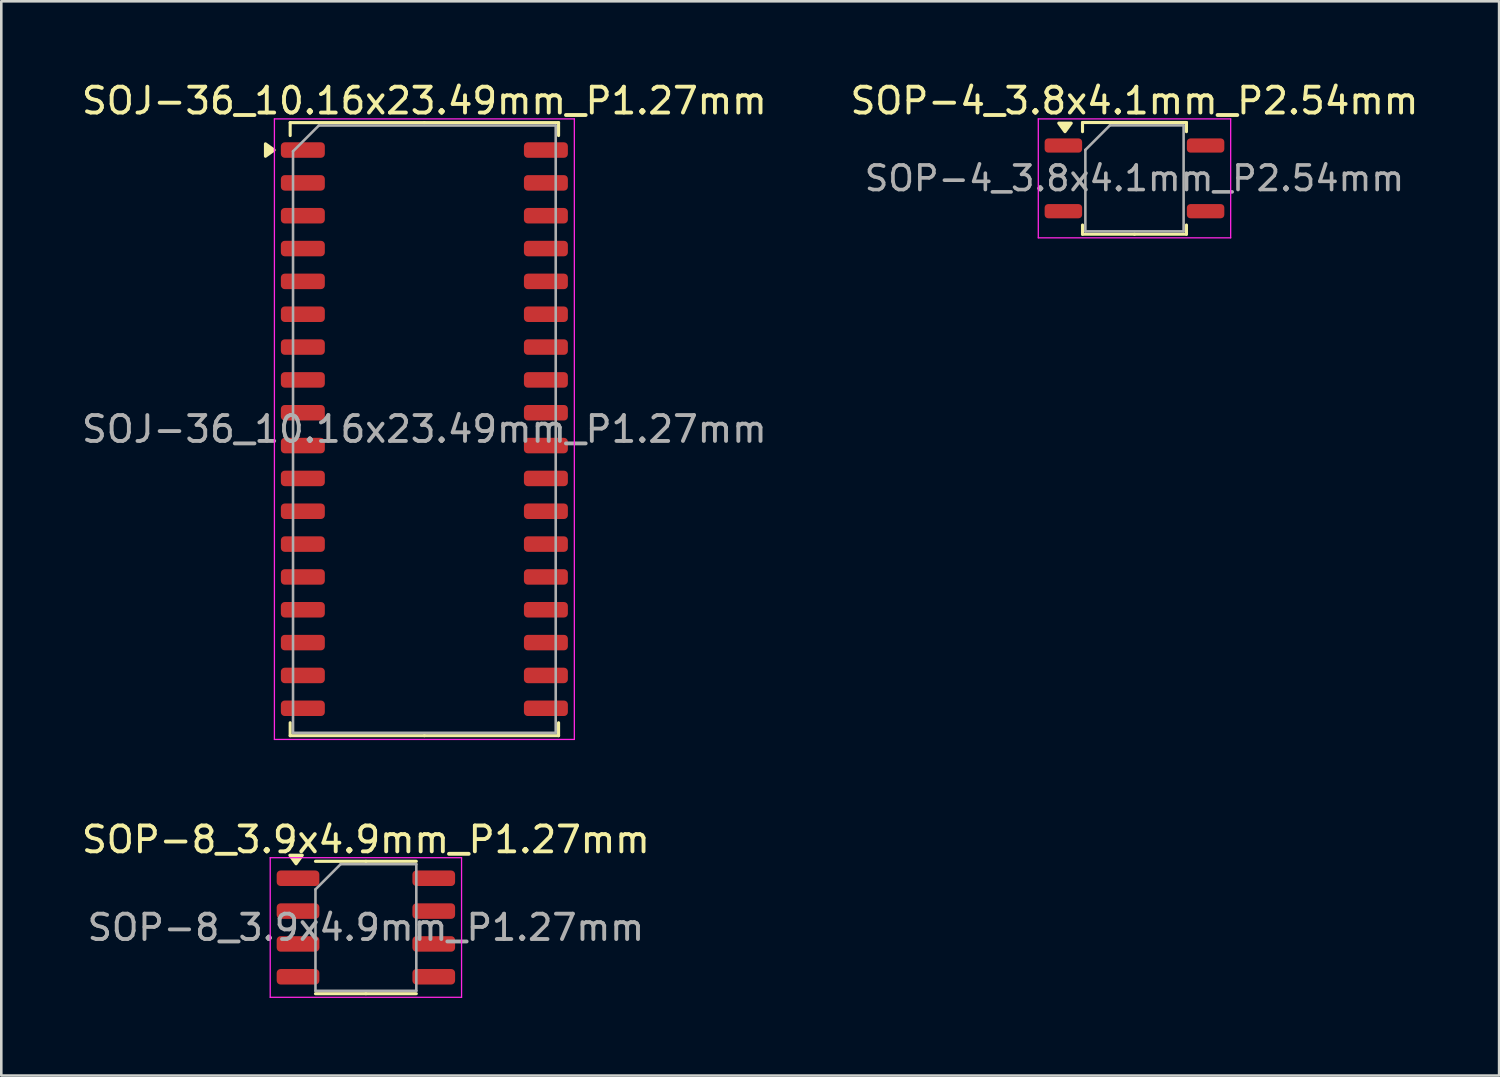
<source format=kicad_pcb>
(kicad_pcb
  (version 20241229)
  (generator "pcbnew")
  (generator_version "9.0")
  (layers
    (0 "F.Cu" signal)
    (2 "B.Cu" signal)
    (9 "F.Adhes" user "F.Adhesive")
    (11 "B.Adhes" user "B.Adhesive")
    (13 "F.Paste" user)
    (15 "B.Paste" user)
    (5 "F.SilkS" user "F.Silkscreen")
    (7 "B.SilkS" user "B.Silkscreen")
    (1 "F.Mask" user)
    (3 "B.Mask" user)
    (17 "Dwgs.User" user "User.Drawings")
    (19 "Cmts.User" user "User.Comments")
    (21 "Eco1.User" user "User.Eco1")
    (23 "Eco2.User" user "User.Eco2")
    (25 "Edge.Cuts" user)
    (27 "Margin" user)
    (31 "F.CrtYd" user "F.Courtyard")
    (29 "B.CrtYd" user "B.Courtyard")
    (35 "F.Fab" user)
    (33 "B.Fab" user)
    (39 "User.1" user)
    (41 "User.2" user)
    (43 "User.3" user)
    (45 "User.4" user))
  (footprint "SOP-4_3.8x4.1mm_P2.54mm"
    (layer "F.Cu")
    (at 40.827 3.848)
    (property "Reference" "SOP-4_3.8x4.1mm_P2.54mm" (at 0 -3 0) (layer "F.SilkS") (effects (font (size 1 1) (thickness 0.15))))
    (attr smd)
    (fp_line (start -2.01 -2.16) (end -2.01 -1.805) (stroke (width 0.12) (type solid)) (layer "F.SilkS"))
    (fp_line (start -2.01 2.16) (end -2.01 1.805) (stroke (width 0.12) (type solid)) (layer "F.SilkS"))
    (fp_line (start 0 -2.16) (end -2.01 -2.16) (stroke (width 0.12) (type solid)) (layer "F.SilkS"))
    (fp_line (start 0 -2.16) (end 2.01 -2.16) (stroke (width 0.12) (type solid)) (layer "F.SilkS"))
    (fp_line (start 0 2.16) (end -2.01 2.16) (stroke (width 0.12) (type solid)) (layer "F.SilkS"))
    (fp_line (start 0 2.16) (end 2.01 2.16) (stroke (width 0.12) (type solid)) (layer "F.SilkS"))
    (fp_line (start 2.01 -2.16) (end 2.01 -1.805) (stroke (width 0.12) (type solid)) (layer "F.SilkS"))
    (fp_line (start 2.01 2.16) (end 2.01 1.805) (stroke (width 0.12) (type solid)) (layer "F.SilkS"))
    (fp_poly (pts (xy -2.688 -1.805) (xy -2.928 -2.135) (xy -2.447 -2.135) (xy -2.688 -1.805)) (stroke (width 0.12) (type solid)) (fill yes) (layer "F.SilkS"))
    (fp_line (start -3.72 -2.3) (end -3.72 2.3) (stroke (width 0.05) (type solid)) (layer "F.CrtYd"))
    (fp_line (start -3.72 2.3) (end 3.72 2.3) (stroke (width 0.05) (type solid)) (layer "F.CrtYd"))
    (fp_line (start 3.72 -2.3) (end -3.72 -2.3) (stroke (width 0.05) (type solid)) (layer "F.CrtYd"))
    (fp_line (start 3.72 2.3) (end 3.72 -2.3) (stroke (width 0.05) (type solid)) (layer "F.CrtYd"))
    (fp_line (start -1.9 -1.1) (end -0.95 -2.05) (stroke (width 0.1) (type solid)) (layer "F.Fab"))
    (fp_line (start -1.9 2.05) (end -1.9 -1.1) (stroke (width 0.1) (type solid)) (layer "F.Fab"))
    (fp_line (start -0.95 -2.05) (end 1.9 -2.05) (stroke (width 0.1) (type solid)) (layer "F.Fab"))
    (fp_line (start 1.9 -2.05) (end 1.9 2.05) (stroke (width 0.1) (type solid)) (layer "F.Fab"))
    (fp_line (start 1.9 2.05) (end -1.9 2.05) (stroke (width 0.1) (type solid)) (layer "F.Fab"))
    (fp_text user "${REFERENCE}" (at 0 0 0) (layer "F.Fab") (effects (font (size 0.95 0.95) (thickness 0.14))))
    (pad "1" smd roundrect (at -2.75 -1.27) (size 1.45 0.55) (layers "F.Cu" "F.Mask" "F.Paste") (roundrect_rratio 0.25))
    (pad "2" smd roundrect (at -2.75 1.27) (size 1.45 0.55) (layers "F.Cu" "F.Mask" "F.Paste") (roundrect_rratio 0.25))
    (pad "3" smd roundrect (at 2.75 1.27) (size 1.45 0.55) (layers "F.Cu" "F.Mask" "F.Paste") (roundrect_rratio 0.25))
    (pad "4" smd roundrect (at 2.75 -1.27) (size 1.45 0.55) (layers "F.Cu" "F.Mask" "F.Paste") (roundrect_rratio 0.25)))
  (footprint "SOJ-36_10.16x23.49mm_P1.27mm"
    (layer "F.Cu")
    (at 13.363 13.548)
    (property "Reference" "SOJ-36_10.16x23.49mm_P1.27mm" (at 0 -12.7 0) (layer "F.SilkS") (effects (font (size 1 1) (thickness 0.15))))
    (attr smd)
    (fp_line (start -5.19 -11.855) (end -5.19 -11.355) (stroke (width 0.12) (type solid)) (layer "F.SilkS"))
    (fp_line (start -5.19 11.855) (end -5.19 11.355) (stroke (width 0.12) (type solid)) (layer "F.SilkS"))
    (fp_line (start 0 -11.855) (end -5.19 -11.855) (stroke (width 0.12) (type solid)) (layer "F.SilkS"))
    (fp_line (start 0 -11.855) (end 5.19 -11.855) (stroke (width 0.12) (type solid)) (layer "F.SilkS"))
    (fp_line (start 0 11.855) (end -5.19 11.855) (stroke (width 0.12) (type solid)) (layer "F.SilkS"))
    (fp_line (start 0 11.855) (end 5.19 11.855) (stroke (width 0.12) (type solid)) (layer "F.SilkS"))
    (fp_line (start 5.19 -11.855) (end 5.19 -11.355) (stroke (width 0.12) (type solid)) (layer "F.SilkS"))
    (fp_line (start 5.19 11.855) (end 5.19 11.355) (stroke (width 0.12) (type solid)) (layer "F.SilkS"))
    (fp_poly (pts (xy -5.81 -10.795) (xy -6.146 -11.035) (xy -6.146 -10.555) (xy -5.81 -10.795)) (stroke (width 0.12) (type solid)) (fill yes) (layer "F.SilkS"))
    (fp_line (start -5.8 -12) (end -5.8 12) (stroke (width 0.05) (type solid)) (layer "F.CrtYd"))
    (fp_line (start -5.8 12) (end 5.8 12) (stroke (width 0.05) (type solid)) (layer "F.CrtYd"))
    (fp_line (start 5.8 -12) (end -5.8 -12) (stroke (width 0.05) (type solid)) (layer "F.CrtYd"))
    (fp_line (start 5.8 12) (end 5.8 -12) (stroke (width 0.05) (type solid)) (layer "F.CrtYd"))
    (fp_line (start -5.08 -10.745) (end -4.08 -11.745) (stroke (width 0.1) (type solid)) (layer "F.Fab"))
    (fp_line (start -5.08 11.745) (end -5.08 -10.745) (stroke (width 0.1) (type solid)) (layer "F.Fab"))
    (fp_line (start -4.08 -11.745) (end 5.08 -11.745) (stroke (width 0.1) (type solid)) (layer "F.Fab"))
    (fp_line (start 5.08 -11.745) (end 5.08 11.745) (stroke (width 0.1) (type solid)) (layer "F.Fab"))
    (fp_line (start 5.08 11.745) (end -5.08 11.745) (stroke (width 0.1) (type solid)) (layer "F.Fab"))
    (fp_text user "${REFERENCE}" (at 0 0 0) (layer "F.Fab") (effects (font (size 1 1) (thickness 0.15))))
    (pad "1" smd roundrect (at -4.7 -10.795) (size 1.7 0.6) (layers "F.Cu" "F.Mask" "F.Paste") (roundrect_rratio 0.25))
    (pad "2" smd roundrect (at -4.7 -9.525) (size 1.7 0.6) (layers "F.Cu" "F.Mask" "F.Paste") (roundrect_rratio 0.25))
    (pad "3" smd roundrect (at -4.7 -8.255) (size 1.7 0.6) (layers "F.Cu" "F.Mask" "F.Paste") (roundrect_rratio 0.25))
    (pad "4" smd roundrect (at -4.7 -6.985) (size 1.7 0.6) (layers "F.Cu" "F.Mask" "F.Paste") (roundrect_rratio 0.25))
    (pad "5" smd roundrect (at -4.7 -5.715) (size 1.7 0.6) (layers "F.Cu" "F.Mask" "F.Paste") (roundrect_rratio 0.25))
    (pad "6" smd roundrect (at -4.7 -4.445) (size 1.7 0.6) (layers "F.Cu" "F.Mask" "F.Paste") (roundrect_rratio 0.25))
    (pad "7" smd roundrect (at -4.7 -3.175) (size 1.7 0.6) (layers "F.Cu" "F.Mask" "F.Paste") (roundrect_rratio 0.25))
    (pad "8" smd roundrect (at -4.7 -1.905) (size 1.7 0.6) (layers "F.Cu" "F.Mask" "F.Paste") (roundrect_rratio 0.25))
    (pad "9" smd roundrect (at -4.7 -0.635) (size 1.7 0.6) (layers "F.Cu" "F.Mask" "F.Paste") (roundrect_rratio 0.25))
    (pad "10" smd roundrect (at -4.7 0.635) (size 1.7 0.6) (layers "F.Cu" "F.Mask" "F.Paste") (roundrect_rratio 0.25))
    (pad "11" smd roundrect (at -4.7 1.905) (size 1.7 0.6) (layers "F.Cu" "F.Mask" "F.Paste") (roundrect_rratio 0.25))
    (pad "12" smd roundrect (at -4.7 3.175) (size 1.7 0.6) (layers "F.Cu" "F.Mask" "F.Paste") (roundrect_rratio 0.25))
    (pad "13" smd roundrect (at -4.7 4.445) (size 1.7 0.6) (layers "F.Cu" "F.Mask" "F.Paste") (roundrect_rratio 0.25))
    (pad "14" smd roundrect (at -4.7 5.715) (size 1.7 0.6) (layers "F.Cu" "F.Mask" "F.Paste") (roundrect_rratio 0.25))
    (pad "15" smd roundrect (at -4.7 6.985) (size 1.7 0.6) (layers "F.Cu" "F.Mask" "F.Paste") (roundrect_rratio 0.25))
    (pad "16" smd roundrect (at -4.7 8.255) (size 1.7 0.6) (layers "F.Cu" "F.Mask" "F.Paste") (roundrect_rratio 0.25))
    (pad "17" smd roundrect (at -4.7 9.525) (size 1.7 0.6) (layers "F.Cu" "F.Mask" "F.Paste") (roundrect_rratio 0.25))
    (pad "18" smd roundrect (at -4.7 10.795) (size 1.7 0.6) (layers "F.Cu" "F.Mask" "F.Paste") (roundrect_rratio 0.25))
    (pad "19" smd roundrect (at 4.7 10.795) (size 1.7 0.6) (layers "F.Cu" "F.Mask" "F.Paste") (roundrect_rratio 0.25))
    (pad "20" smd roundrect (at 4.7 9.525) (size 1.7 0.6) (layers "F.Cu" "F.Mask" "F.Paste") (roundrect_rratio 0.25))
    (pad "21" smd roundrect (at 4.7 8.255) (size 1.7 0.6) (layers "F.Cu" "F.Mask" "F.Paste") (roundrect_rratio 0.25))
    (pad "22" smd roundrect (at 4.7 6.985) (size 1.7 0.6) (layers "F.Cu" "F.Mask" "F.Paste") (roundrect_rratio 0.25))
    (pad "23" smd roundrect (at 4.7 5.715) (size 1.7 0.6) (layers "F.Cu" "F.Mask" "F.Paste") (roundrect_rratio 0.25))
    (pad "24" smd roundrect (at 4.7 4.445) (size 1.7 0.6) (layers "F.Cu" "F.Mask" "F.Paste") (roundrect_rratio 0.25))
    (pad "25" smd roundrect (at 4.7 3.175) (size 1.7 0.6) (layers "F.Cu" "F.Mask" "F.Paste") (roundrect_rratio 0.25))
    (pad "26" smd roundrect (at 4.7 1.905) (size 1.7 0.6) (layers "F.Cu" "F.Mask" "F.Paste") (roundrect_rratio 0.25))
    (pad "27" smd roundrect (at 4.7 0.635) (size 1.7 0.6) (layers "F.Cu" "F.Mask" "F.Paste") (roundrect_rratio 0.25))
    (pad "28" smd roundrect (at 4.7 -0.635) (size 1.7 0.6) (layers "F.Cu" "F.Mask" "F.Paste") (roundrect_rratio 0.25))
    (pad "29" smd roundrect (at 4.7 -1.905) (size 1.7 0.6) (layers "F.Cu" "F.Mask" "F.Paste") (roundrect_rratio 0.25))
    (pad "30" smd roundrect (at 4.7 -3.175) (size 1.7 0.6) (layers "F.Cu" "F.Mask" "F.Paste") (roundrect_rratio 0.25))
    (pad "31" smd roundrect (at 4.7 -4.445) (size 1.7 0.6) (layers "F.Cu" "F.Mask" "F.Paste") (roundrect_rratio 0.25))
    (pad "32" smd roundrect (at 4.7 -5.715) (size 1.7 0.6) (layers "F.Cu" "F.Mask" "F.Paste") (roundrect_rratio 0.25))
    (pad "33" smd roundrect (at 4.7 -6.985) (size 1.7 0.6) (layers "F.Cu" "F.Mask" "F.Paste") (roundrect_rratio 0.25))
    (pad "34" smd roundrect (at 4.7 -8.255) (size 1.7 0.6) (layers "F.Cu" "F.Mask" "F.Paste") (roundrect_rratio 0.25))
    (pad "35" smd roundrect (at 4.7 -9.525) (size 1.7 0.6) (layers "F.Cu" "F.Mask" "F.Paste") (roundrect_rratio 0.25))
    (pad "36" smd roundrect (at 4.7 -10.795) (size 1.7 0.6) (layers "F.Cu" "F.Mask" "F.Paste") (roundrect_rratio 0.25)))
  (footprint "SOP-8_3.9x4.9mm_P1.27mm"
    (layer "F.Cu")
    (at 11.101 32.822)
    (property "Reference" "SOP-8_3.9x4.9mm_P1.27mm" (at 0 -3.4 0) (layer "F.SilkS") (effects (font (size 1 1) (thickness 0.15))))
    (attr smd)
    (fp_line (start 0 -2.56) (end -1.95 -2.56) (stroke (width 0.12) (type solid)) (layer "F.SilkS"))
    (fp_line (start 0 -2.56) (end 1.95 -2.56) (stroke (width 0.12) (type solid)) (layer "F.SilkS"))
    (fp_line (start 0 2.56) (end -1.95 2.56) (stroke (width 0.12) (type solid)) (layer "F.SilkS"))
    (fp_line (start 0 2.56) (end 1.95 2.56) (stroke (width 0.12) (type solid)) (layer "F.SilkS"))
    (fp_poly (pts (xy -2.7 -2.465) (xy -2.94 -2.795) (xy -2.46 -2.795) (xy -2.7 -2.465)) (stroke (width 0.12) (type solid)) (fill yes) (layer "F.SilkS"))
    (fp_line (start -3.7 -2.7) (end -3.7 2.7) (stroke (width 0.05) (type solid)) (layer "F.CrtYd"))
    (fp_line (start -3.7 2.7) (end 3.7 2.7) (stroke (width 0.05) (type solid)) (layer "F.CrtYd"))
    (fp_line (start 3.7 -2.7) (end -3.7 -2.7) (stroke (width 0.05) (type solid)) (layer "F.CrtYd"))
    (fp_line (start 3.7 2.7) (end 3.7 -2.7) (stroke (width 0.05) (type solid)) (layer "F.CrtYd"))
    (fp_line (start -1.95 -1.475) (end -0.975 -2.45) (stroke (width 0.1) (type solid)) (layer "F.Fab"))
    (fp_line (start -1.95 2.45) (end -1.95 -1.475) (stroke (width 0.1) (type solid)) (layer "F.Fab"))
    (fp_line (start -0.975 -2.45) (end 1.95 -2.45) (stroke (width 0.1) (type solid)) (layer "F.Fab"))
    (fp_line (start 1.95 -2.45) (end 1.95 2.45) (stroke (width 0.1) (type solid)) (layer "F.Fab"))
    (fp_line (start 1.95 2.45) (end -1.95 2.45) (stroke (width 0.1) (type solid)) (layer "F.Fab"))
    (fp_text user "${REFERENCE}" (at 0 0 0) (layer "F.Fab") (effects (font (size 0.98 0.98) (thickness 0.15))))
    (pad "1" smd roundrect (at -2.625 -1.905) (size 1.65 0.6) (layers "F.Cu" "F.Mask" "F.Paste") (roundrect_rratio 0.25))
    (pad "2" smd roundrect (at -2.625 -0.635) (size 1.65 0.6) (layers "F.Cu" "F.Mask" "F.Paste") (roundrect_rratio 0.25))
    (pad "3" smd roundrect (at -2.625 0.635) (size 1.65 0.6) (layers "F.Cu" "F.Mask" "F.Paste") (roundrect_rratio 0.25))
    (pad "4" smd roundrect (at -2.625 1.905) (size 1.65 0.6) (layers "F.Cu" "F.Mask" "F.Paste") (roundrect_rratio 0.25))
    (pad "5" smd roundrect (at 2.625 1.905) (size 1.65 0.6) (layers "F.Cu" "F.Mask" "F.Paste") (roundrect_rratio 0.25))
    (pad "6" smd roundrect (at 2.625 0.635) (size 1.65 0.6) (layers "F.Cu" "F.Mask" "F.Paste") (roundrect_rratio 0.25))
    (pad "7" smd roundrect (at 2.625 -0.635) (size 1.65 0.6) (layers "F.Cu" "F.Mask" "F.Paste") (roundrect_rratio 0.25))
    (pad "8" smd roundrect (at 2.625 -1.905) (size 1.65 0.6) (layers "F.Cu" "F.Mask" "F.Paste") (roundrect_rratio 0.25)))
  (gr_rect
    (start -3 -3)
    (end 54.929 38.547)
    (stroke (width 0.1) (type default))
    (fill no)
    (layer "Edge.Cuts")))
</source>
